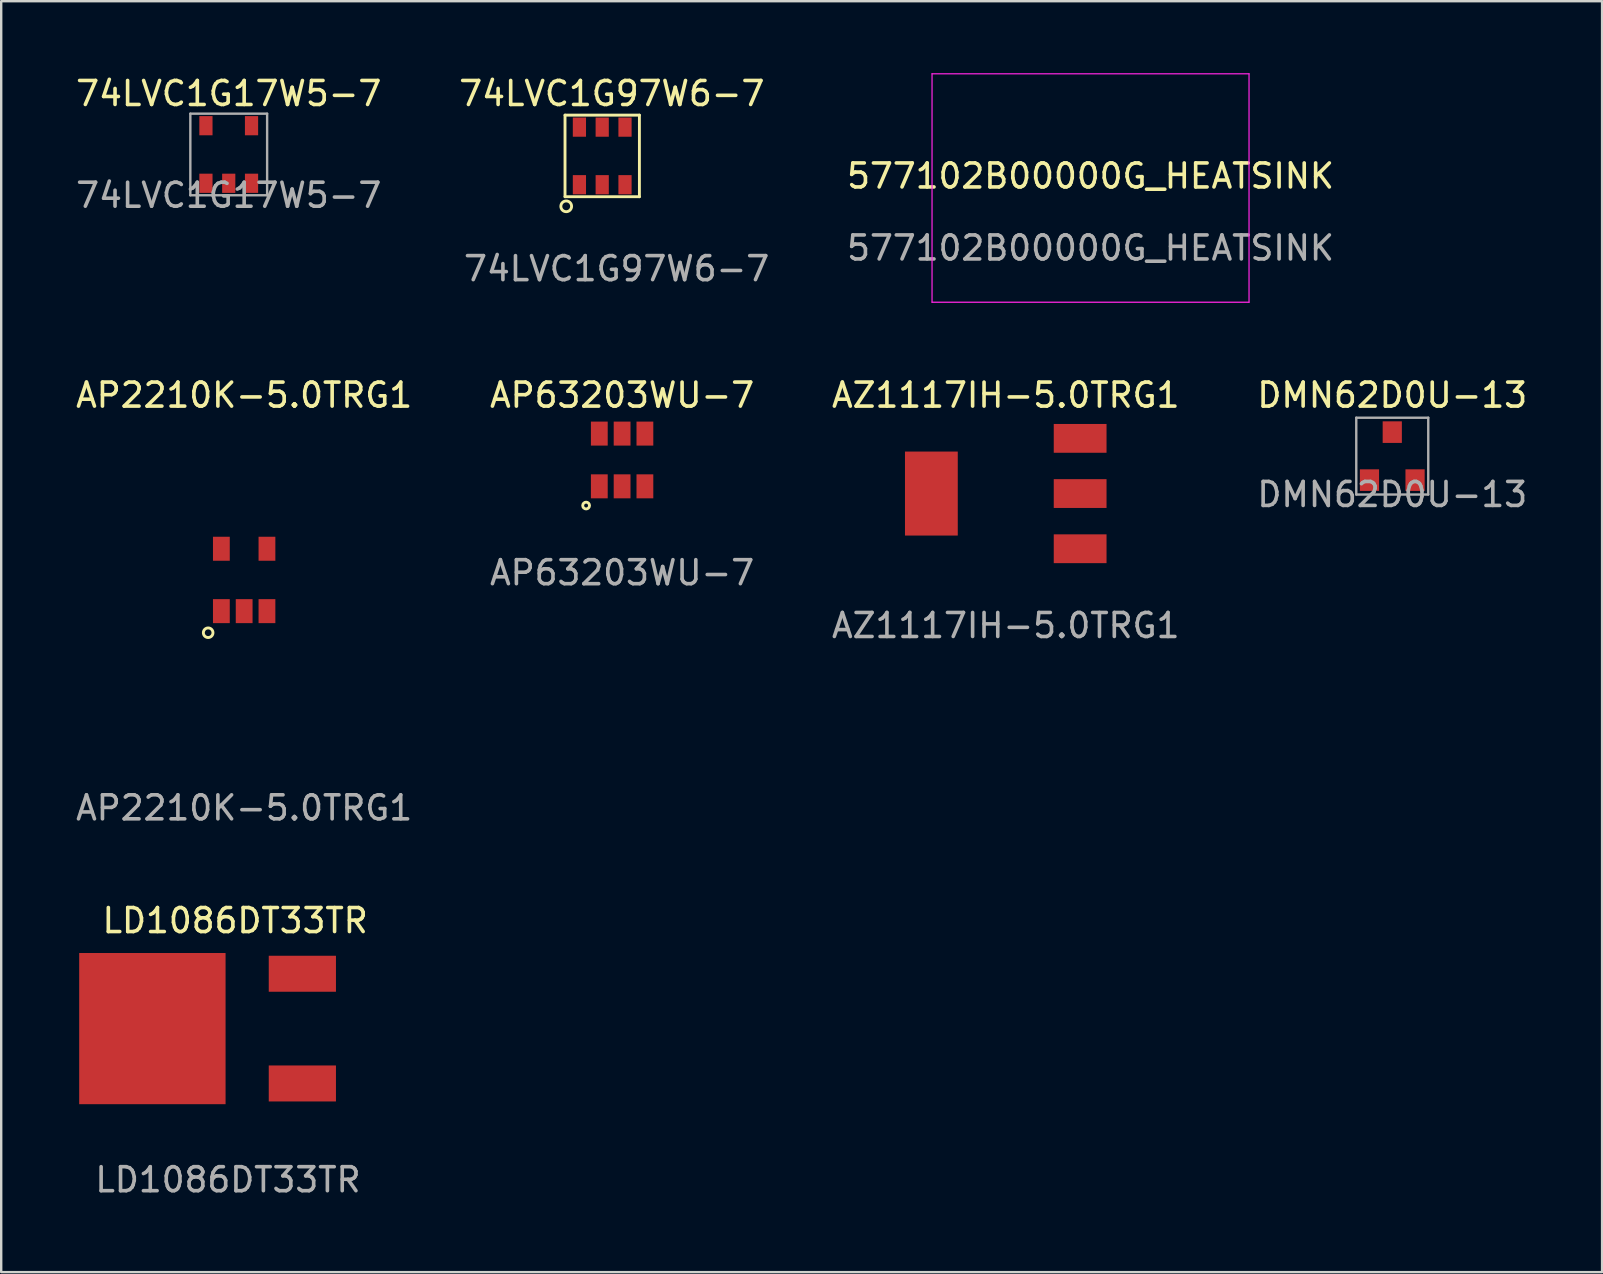
<source format=kicad_pcb>
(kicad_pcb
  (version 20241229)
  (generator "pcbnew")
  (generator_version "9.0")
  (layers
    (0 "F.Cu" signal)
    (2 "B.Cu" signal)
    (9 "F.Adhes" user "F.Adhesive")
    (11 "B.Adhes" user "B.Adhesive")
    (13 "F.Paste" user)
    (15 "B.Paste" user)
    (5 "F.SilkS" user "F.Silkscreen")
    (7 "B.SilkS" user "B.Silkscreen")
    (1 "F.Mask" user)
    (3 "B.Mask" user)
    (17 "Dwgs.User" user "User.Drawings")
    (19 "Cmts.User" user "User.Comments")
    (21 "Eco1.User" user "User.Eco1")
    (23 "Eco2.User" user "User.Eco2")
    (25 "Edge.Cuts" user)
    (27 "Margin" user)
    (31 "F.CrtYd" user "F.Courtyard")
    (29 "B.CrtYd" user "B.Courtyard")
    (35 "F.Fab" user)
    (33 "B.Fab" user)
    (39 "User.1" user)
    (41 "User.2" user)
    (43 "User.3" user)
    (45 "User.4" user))
  (footprint "AP63203WU-7"
    (layer "F.Cu")
    (at 22.875 16.118)
    (property "Reference" "AP63203WU-7" (at 0 -2.7 0) (unlocked yes) (layer "F.SilkS") (effects (font (size 1 1) (thickness 0.15))))
    (attr smd)
    (fp_circle (center -1.5 1.9) (end -1.4 2) (stroke (width 0.12) (type solid)) (fill no) (layer "F.SilkS"))
    (fp_text user "${REFERENCE}" (at 0 4.7 0) (unlocked yes) (layer "F.Fab") (effects (font (size 1 1) (thickness 0.15))))
    (pad "1" smd rect (at -0.95 1.099) (size 0.7 1) (layers "F.Cu" "F.Mask" "F.Paste"))
    (pad "2" smd rect (at 0 1.099) (size 0.7 1) (layers "F.Cu" "F.Mask" "F.Paste"))
    (pad "3" smd rect (at 0.95 1.099) (size 0.7 1) (layers "F.Cu" "F.Mask" "F.Paste"))
    (pad "4" smd rect (at 0.95 -1.099) (size 0.7 1) (layers "F.Cu" "F.Mask" "F.Paste"))
    (pad "5" smd rect (at 0 -1.099) (size 0.7 1) (layers "F.Cu" "F.Mask" "F.Paste"))
    (pad "6" smd rect (at -0.95 -1.099) (size 0.7 1) (layers "F.Cu" "F.Mask" "F.Paste")))
  (footprint "AZ1117IH-5.0TRG1"
    (layer "F.Cu")
    (at 38.863 17.518)
    (property "Reference" "AZ1117IH-5.0TRG1" (at 0 -4.1 0) (unlocked yes) (layer "F.SilkS") (effects (font (size 1 1) (thickness 0.15))))
    (attr smd)
    (fp_text user "${REFERENCE}" (at 0 5.5 0) (unlocked yes) (layer "F.Fab") (effects (font (size 1 1) (thickness 0.15))))
    (pad "1" smd rect (at 3.1 2.3) (size 2.2 1.2) (layers "F.Cu" "F.Mask" "F.Paste"))
    (pad "2" smd rect (at 3.1 0) (size 2.2 1.2) (layers "F.Cu" "F.Mask" "F.Paste"))
    (pad "3" smd rect (at 3.1 -2.3) (size 2.2 1.2) (layers "F.Cu" "F.Mask" "F.Paste"))
    (pad "4" smd rect (at -3.1 0) (size 2.2 3.5) (layers "F.Cu" "F.Mask" "F.Paste")))
  (footprint "577102B00000G_HEATSINK"
    (layer "F.Cu")
    (at 42.396 4.785)
    (property "Reference" "577102B00000G_HEATSINK" (at 0 -0.5 0) (unlocked yes) (layer "F.SilkS") (effects (font (size 1 1) (thickness 0.15))))
    (attr smd)
    (fp_line (start -6.605 -4.76) (end 6.605 -4.76) (stroke (width 0.05) (type solid)) (layer "F.CrtYd"))
    (fp_line (start -6.605 4.76) (end -6.605 -4.76) (stroke (width 0.05) (type solid)) (layer "F.CrtYd"))
    (fp_line (start 6.605 -4.76) (end 6.605 4.76) (stroke (width 0.05) (type solid)) (layer "F.CrtYd"))
    (fp_line (start 6.605 4.76) (end -6.605 4.76) (stroke (width 0.05) (type solid)) (layer "F.CrtYd"))
    (fp_text user "${REFERENCE}" (at 0 2.5 0) (unlocked yes) (layer "F.Fab") (effects (font (size 1 1) (thickness 0.15)))))
  (footprint "DMN62D0U-13"
    (layer "F.Cu")
    (at 54.97 15.958)
    (property "Reference" "DMN62D0U-13" (at 0 -2.54 0) (unlocked yes) (layer "F.SilkS") (effects (font (size 1 1) (thickness 0.15))))
    (attr smd)
    (fp_line (start -1.5 -1.6) (end 1.5 -1.6) (stroke (width 0.1) (type solid)) (layer "F.Fab"))
    (fp_line (start -1.5 1.6) (end -1.5 -1.6) (stroke (width 0.1) (type solid)) (layer "F.Fab"))
    (fp_line (start 1.5 -1.6) (end 1.5 1.6) (stroke (width 0.1) (type solid)) (layer "F.Fab"))
    (fp_line (start 1.5 1.6) (end -1.5 1.6) (stroke (width 0.1) (type solid)) (layer "F.Fab"))
    (fp_text user "${REFERENCE}" (at 0 1.6 0) (unlocked yes) (layer "F.Fab") (effects (font (size 1 1) (thickness 0.15))))
    (pad "1" smd rect (at -0.95 1) (size 0.8 0.9) (layers "F.Cu" "F.Mask" "F.Paste"))
    (pad "2" smd rect (at 0.95 1) (size 0.8 0.9) (layers "F.Cu" "F.Mask" "F.Paste"))
    (pad "3" smd rect (at 0 -1) (size 0.8 0.9) (layers "F.Cu" "F.Mask" "F.Paste")))
  (footprint "74LVC1G97W6-7"
    (layer "F.Cu")
    (at 22.046 3.448)
    (property "Reference" "74LVC1G97W6-7" (at 0.4 -2.6 0) (unlocked yes) (layer "F.SilkS") (effects (font (size 1 1) (thickness 0.15))))
    (attr smd)
    (fp_line (start -1.55 -1.7) (end -1.55 1.7) (stroke (width 0.12) (type solid)) (layer "F.SilkS"))
    (fp_line (start -1.55 -1.7) (end 1.55 -1.7) (stroke (width 0.12) (type solid)) (layer "F.SilkS"))
    (fp_line (start -1.55 1.7) (end 1.55 1.7) (stroke (width 0.12) (type solid)) (layer "F.SilkS"))
    (fp_line (start 1.55 1.7) (end 1.55 -1.7) (stroke (width 0.12) (type solid)) (layer "F.SilkS"))
    (fp_circle (center -1.5 2.1) (end -1.3 2.2) (stroke (width 0.12) (type solid)) (fill no) (layer "F.SilkS"))
    (fp_text user "${REFERENCE}" (at 0.6 4.7 0) (unlocked yes) (layer "F.Fab") (effects (font (size 1 1) (thickness 0.15))))
    (pad "1" smd rect (at -0.95 1.2) (size 0.55 0.8) (layers "F.Cu" "F.Mask" "F.Paste"))
    (pad "2" smd rect (at 0 1.2) (size 0.55 0.8) (layers "F.Cu" "F.Mask" "F.Paste"))
    (pad "3" smd rect (at 0.95 1.2) (size 0.55 0.8) (layers "F.Cu" "F.Mask" "F.Paste"))
    (pad "4" smd rect (at 0.95 -1.2) (size 0.55 0.8) (layers "F.Cu" "F.Mask" "F.Paste"))
    (pad "5" smd rect (at 0 -1.2) (size 0.55 0.8) (layers "F.Cu" "F.Mask" "F.Paste"))
    (pad "6" smd rect (at -0.95 -1.2) (size 0.55 0.8) (layers "F.Cu" "F.Mask" "F.Paste")))
  (footprint "LD1086DT33TR"
    (layer "F.Cu")
    (at 0.25 39.815)
    (property "Reference" "LD1086DT33TR" (at 6.5 -4.5 0) (unlocked yes) (layer "F.SilkS") (effects (font (size 1 1) (thickness 0.15))))
    (attr smd)
    (fp_text user "${REFERENCE}" (at 6.2 6.3 0) (unlocked yes) (layer "F.Fab") (effects (font (size 1 1) (thickness 0.15))))
    (pad "1" smd rect (at 9.3 2.286) (size 2.8 1.5) (layers "F.Cu" "F.Mask" "F.Paste"))
    (pad "2" smd rect (at 3.05 0) (size 6.1 6.3) (layers "F.Cu" "F.Mask" "F.Paste"))
    (pad "3" smd rect (at 9.3 -2.286) (size 2.8 1.5) (layers "F.Cu" "F.Mask" "F.Paste")))
  (footprint "AP2210K-5.0TRG1"
    (layer "F.Cu")
    (at 7.125 21.118)
    (property "Reference" "AP2210K-5.0TRG1" (at 0 -7.7 0) (unlocked yes) (layer "F.SilkS") (effects (font (size 1 1) (thickness 0.15))))
    (attr smd)
    (fp_circle (center -1.5 2.2) (end -1.5 2.4) (stroke (width 0.12) (type solid)) (fill no) (layer "F.SilkS"))
    (fp_text user "${REFERENCE}" (at 0 9.5 0) (unlocked yes) (layer "F.Fab") (effects (font (size 1 1) (thickness 0.15))))
    (pad "1" smd rect (at -0.95 1.3) (size 0.7 1) (layers "F.Cu" "F.Mask" "F.Paste"))
    (pad "2" smd rect (at 0 1.3) (size 0.7 1) (layers "F.Cu" "F.Mask" "F.Paste"))
    (pad "3" smd rect (at 0.95 1.3) (size 0.7 1) (layers "F.Cu" "F.Mask" "F.Paste"))
    (pad "4" smd rect (at 0.95 -1.3) (size 0.7 1) (layers "F.Cu" "F.Mask" "F.Paste"))
    (pad "5" smd rect (at -0.95 -1.3) (size 0.7 1) (layers "F.Cu" "F.Mask" "F.Paste")))
  (footprint "74LVC1G17W5-7"
    (layer "F.Cu")
    (at 6.482 3.388)
    (property "Reference" "74LVC1G17W5-7" (at 0 -2.54 0) (unlocked yes) (layer "F.SilkS") (effects (font (size 1 1) (thickness 0.15))))
    (attr smd)
    (fp_line (start -1.6 -1.7) (end 1.6 -1.7) (stroke (width 0.1) (type solid)) (layer "F.Fab"))
    (fp_line (start -1.6 1.7) (end -1.6 -1.7) (stroke (width 0.1) (type solid)) (layer "F.Fab"))
    (fp_line (start 1.6 -1.7) (end 1.6 1.7) (stroke (width 0.1) (type solid)) (layer "F.Fab"))
    (fp_line (start 1.6 1.7) (end -1.6 1.7) (stroke (width 0.1) (type solid)) (layer "F.Fab"))
    (fp_text user "${REFERENCE}" (at 0 1.7 0) (unlocked yes) (layer "F.Fab") (effects (font (size 1 1) (thickness 0.15))))
    (pad "1" smd rect (at -0.95 1.2) (size 0.55 0.8) (layers "F.Cu" "F.Mask" "F.Paste"))
    (pad "2" smd rect (at 0 1.2) (size 0.55 0.8) (layers "F.Cu" "F.Mask" "F.Paste"))
    (pad "3" smd rect (at 0.95 1.2) (size 0.55 0.8) (layers "F.Cu" "F.Mask" "F.Paste"))
    (pad "4" smd rect (at 0.95 -1.2) (size 0.55 0.8) (layers "F.Cu" "F.Mask" "F.Paste"))
    (pad "5" smd rect (at -0.95 -1.2) (size 0.55 0.8) (layers "F.Cu" "F.Mask" "F.Paste")))
  (gr_rect
    (start -3 -3)
    (end 63.714 49.963)
    (stroke (width 0.1) (type default))
    (fill no)
    (layer "Edge.Cuts")))
</source>
